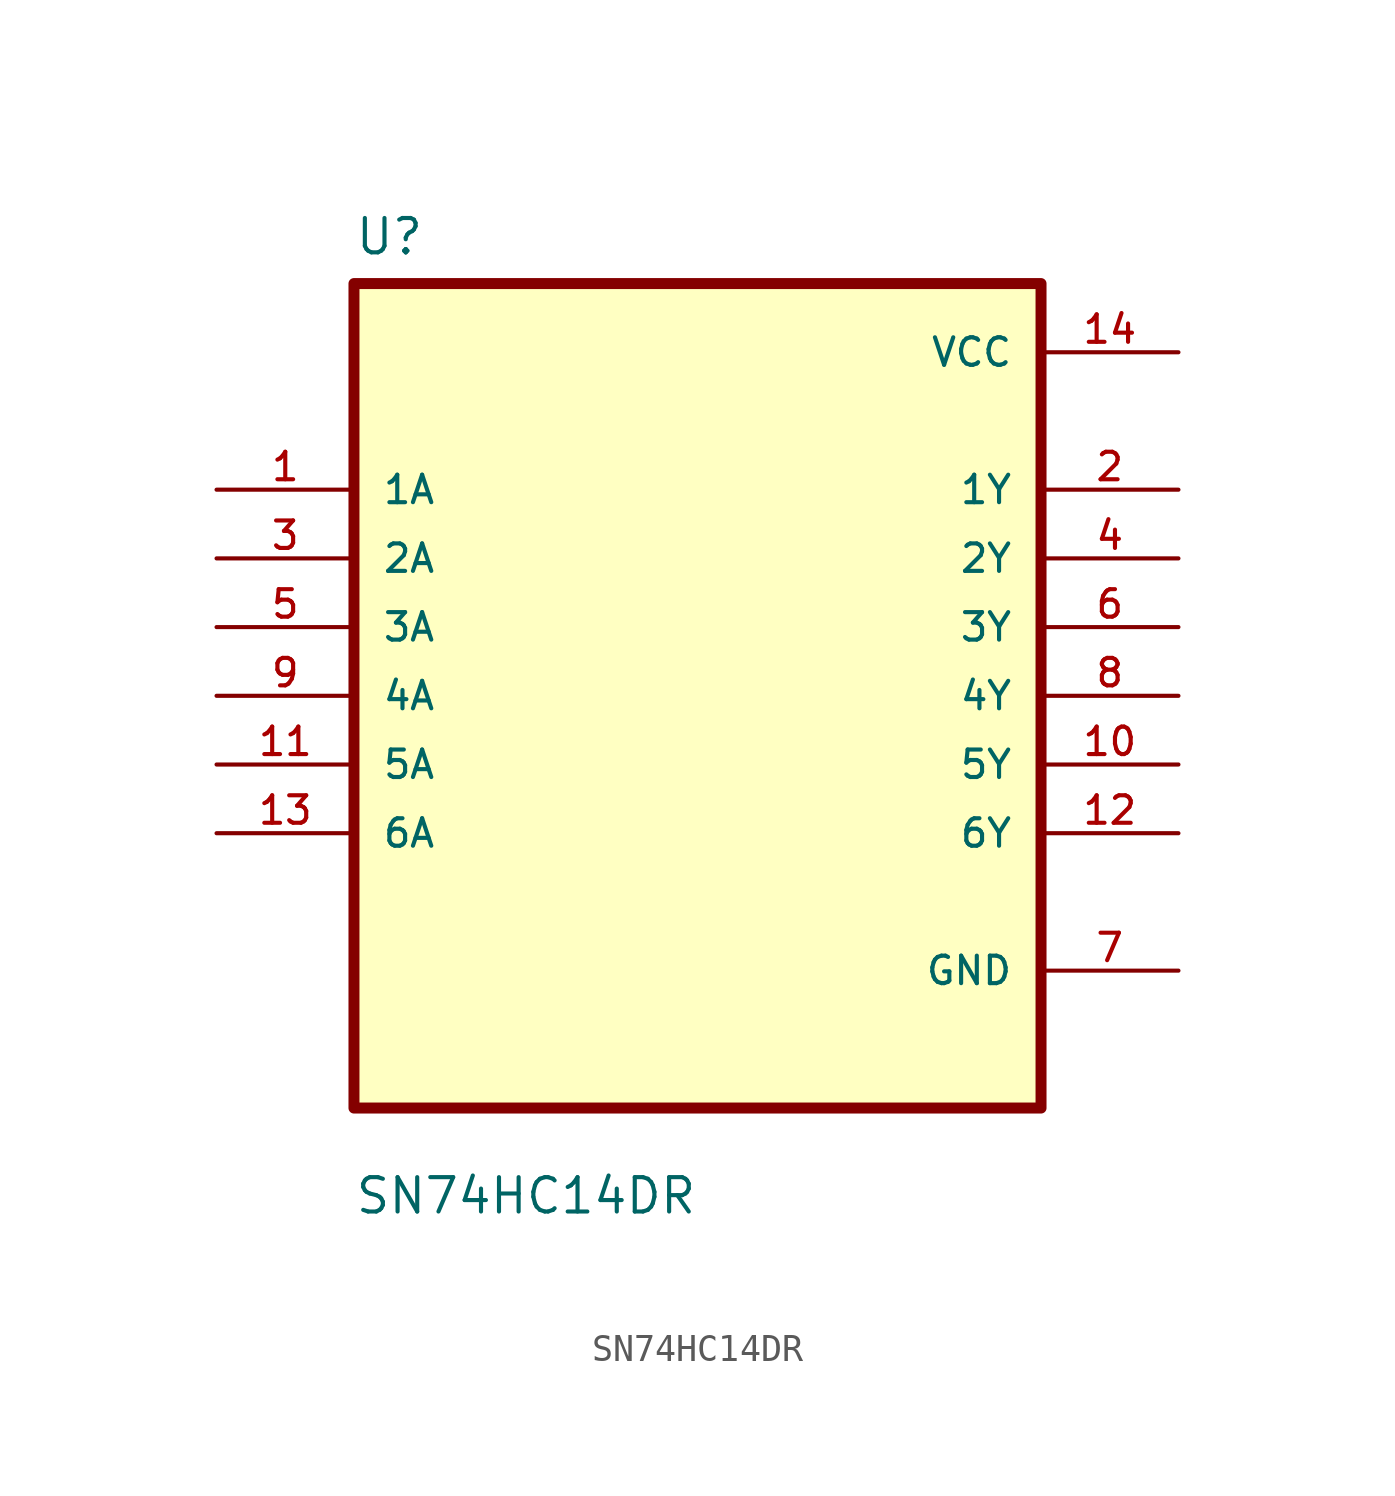
<source format=kicad_sym>
(kicad_symbol_lib
  (version 20211014)
  (generator kicad_symbol_editor)
  (symbol "SN74HC14DR"
    (pin_names
      (offset 1.016))
    (property "Reference" "U"
      (at -12.7 16.231 0)
      (effects (font (size 1.27 1.27)) (justify left bottom)))
    (property "Value" "SN74HC14DR"
      (at -12.7 -19.228 0)
      (effects (font (size 1.27 1.27)) (justify left bottom)))
    (property "ki_locked" ""
      (at 0 0 0)
      (effects (font (size 1.27 1.27))))
    (symbol "SN74HC14DR_0_0"
      (rectangle (start -12.7 -15.24) (end 12.7 15.24) (stroke (width 0.406) (type default) (color 0 0 0 0)) (fill (type background)))
      (pin input line (at -17.78 7.62 0) (length 5.08) (name "1A" (effects (font (size 1.016 1.016)))) (number "1" (effects (font (size 1.016 1.016)))))
      (pin output line (at 17.78 -2.54 180) (length 5.08) (name "5Y" (effects (font (size 1.016 1.016)))) (number "10" (effects (font (size 1.016 1.016)))))
      (pin input line (at -17.78 -2.54 0) (length 5.08) (name "5A" (effects (font (size 1.016 1.016)))) (number "11" (effects (font (size 1.016 1.016)))))
      (pin output line (at 17.78 -5.08 180) (length 5.08) (name "6Y" (effects (font (size 1.016 1.016)))) (number "12" (effects (font (size 1.016 1.016)))))
      (pin input line (at -17.78 -5.08 0) (length 5.08) (name "6A" (effects (font (size 1.016 1.016)))) (number "13" (effects (font (size 1.016 1.016)))))
      (pin power_in line (at 17.78 12.7 180) (length 5.08) (name "VCC" (effects (font (size 1.016 1.016)))) (number "14" (effects (font (size 1.016 1.016)))))
      (pin output line (at 17.78 7.62 180) (length 5.08) (name "1Y" (effects (font (size 1.016 1.016)))) (number "2" (effects (font (size 1.016 1.016)))))
      (pin input line (at -17.78 5.08 0) (length 5.08) (name "2A" (effects (font (size 1.016 1.016)))) (number "3" (effects (font (size 1.016 1.016)))))
      (pin output line (at 17.78 5.08 180) (length 5.08) (name "2Y" (effects (font (size 1.016 1.016)))) (number "4" (effects (font (size 1.016 1.016)))))
      (pin input line (at -17.78 2.54 0) (length 5.08) (name "3A" (effects (font (size 1.016 1.016)))) (number "5" (effects (font (size 1.016 1.016)))))
      (pin output line (at 17.78 2.54 180) (length 5.08) (name "3Y" (effects (font (size 1.016 1.016)))) (number "6" (effects (font (size 1.016 1.016)))))
      (pin power_in line (at 17.78 -10.16 180) (length 5.08) (name "GND" (effects (font (size 1.016 1.016)))) (number "7" (effects (font (size 1.016 1.016)))))
      (pin output line (at 17.78 0 180) (length 5.08) (name "4Y" (effects (font (size 1.016 1.016)))) (number "8" (effects (font (size 1.016 1.016)))))
      (pin input line (at -17.78 0 0) (length 5.08) (name "4A" (effects (font (size 1.016 1.016)))) (number "9" (effects (font (size 1.016 1.016))))))))
</source>
